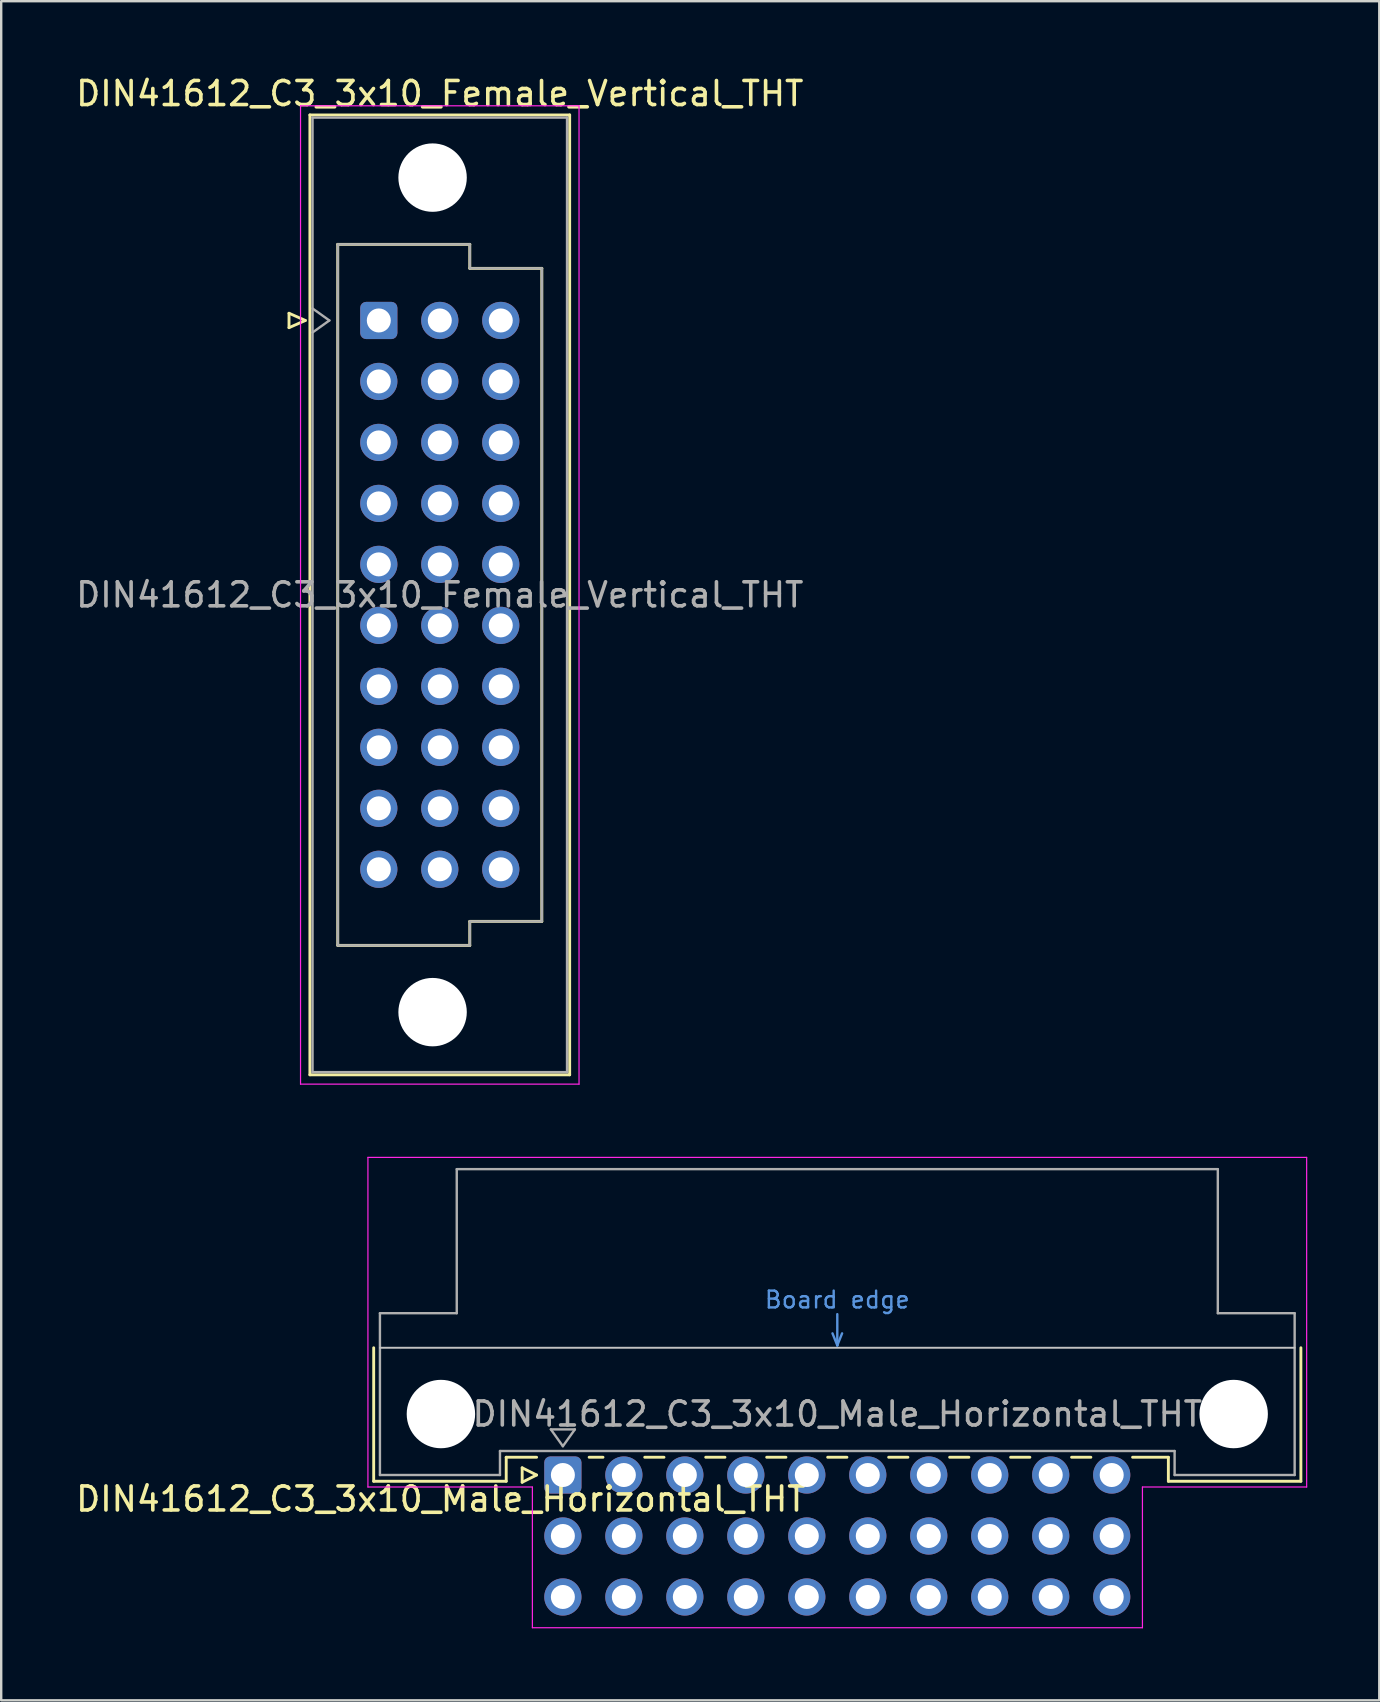
<source format=kicad_pcb>
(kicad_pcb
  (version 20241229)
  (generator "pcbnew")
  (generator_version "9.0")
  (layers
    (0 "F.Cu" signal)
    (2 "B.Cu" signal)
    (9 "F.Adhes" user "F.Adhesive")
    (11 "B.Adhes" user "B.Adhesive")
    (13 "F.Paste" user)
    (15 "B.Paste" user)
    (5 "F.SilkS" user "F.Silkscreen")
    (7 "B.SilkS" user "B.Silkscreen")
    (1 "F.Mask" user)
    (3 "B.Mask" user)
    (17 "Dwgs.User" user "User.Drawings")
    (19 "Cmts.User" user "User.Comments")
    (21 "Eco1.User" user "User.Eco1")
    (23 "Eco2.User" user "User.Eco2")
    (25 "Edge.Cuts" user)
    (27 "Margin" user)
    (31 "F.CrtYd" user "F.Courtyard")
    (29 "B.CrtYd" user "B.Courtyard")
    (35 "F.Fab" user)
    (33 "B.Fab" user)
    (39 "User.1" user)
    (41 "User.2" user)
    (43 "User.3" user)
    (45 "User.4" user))
  (footprint "DIN41612_C3_3x10_Male_Horizontal_THT"
    (layer "F.Cu")
    (at 20.395 58.388)
    (property "Reference" "DIN41612_C3_3x10_Male_Horizontal_THT" (at -5.08 1 0) (layer "F.SilkS") (effects (font (size 1 1) (thickness 0.15))))
    (attr through_hole)
    (fp_line (start -7.88 -5.3) (end -7.88 0.26) (stroke (width 0.12) (type solid)) (layer "F.SilkS"))
    (fp_line (start -7.88 0.26) (end -2.36 0.26) (stroke (width 0.12) (type solid)) (layer "F.SilkS"))
    (fp_line (start -2.361 -0.74) (end -1.095 -0.74) (stroke (width 0.12) (type solid)) (layer "F.SilkS"))
    (fp_line (start -2.36 0.26) (end -2.36 -0.74) (stroke (width 0.12) (type solid)) (layer "F.SilkS"))
    (fp_line (start -1.695 -0.3) (end -1.695 0.3) (stroke (width 0.12) (type solid)) (layer "F.SilkS"))
    (fp_line (start -1.695 0.3) (end -1.095 0) (stroke (width 0.12) (type solid)) (layer "F.SilkS"))
    (fp_line (start -1.095 0) (end -1.695 -0.3) (stroke (width 0.12) (type solid)) (layer "F.SilkS"))
    (fp_line (start 1.095 -0.74) (end 1.671 -0.74) (stroke (width 0.12) (type solid)) (layer "F.SilkS"))
    (fp_line (start 3.41 -0.74) (end 4.211 -0.74) (stroke (width 0.12) (type solid)) (layer "F.SilkS"))
    (fp_line (start 5.95 -0.74) (end 6.751 -0.74) (stroke (width 0.12) (type solid)) (layer "F.SilkS"))
    (fp_line (start 8.49 -0.74) (end 9.291 -0.74) (stroke (width 0.12) (type solid)) (layer "F.SilkS"))
    (fp_line (start 11.03 -0.74) (end 11.831 -0.74) (stroke (width 0.12) (type solid)) (layer "F.SilkS"))
    (fp_line (start 13.57 -0.74) (end 14.371 -0.74) (stroke (width 0.12) (type solid)) (layer "F.SilkS"))
    (fp_line (start 16.11 -0.74) (end 16.911 -0.74) (stroke (width 0.12) (type solid)) (layer "F.SilkS"))
    (fp_line (start 18.65 -0.74) (end 19.451 -0.74) (stroke (width 0.12) (type solid)) (layer "F.SilkS"))
    (fp_line (start 21.19 -0.74) (end 21.991 -0.74) (stroke (width 0.12) (type solid)) (layer "F.SilkS"))
    (fp_line (start 23.73 -0.74) (end 25.22 -0.74) (stroke (width 0.12) (type solid)) (layer "F.SilkS"))
    (fp_line (start 25.22 0.26) (end 25.22 -0.74) (stroke (width 0.12) (type solid)) (layer "F.SilkS"))
    (fp_line (start 30.74 -5.3) (end 30.74 0.26) (stroke (width 0.12) (type solid)) (layer "F.SilkS"))
    (fp_line (start 30.74 0.26) (end 25.22 0.26) (stroke (width 0.12) (type solid)) (layer "F.SilkS"))
    (fp_line (start -7.62 -5.3) (end 30.48 -5.3) (stroke (width 0.08) (type solid)) (layer "Dwgs.User"))
    (fp_line (start 11.23 -5.9) (end 11.43 -5.4) (stroke (width 0.1) (type solid)) (layer "Cmts.User"))
    (fp_line (start 11.43 -5.4) (end 11.43 -6.7) (stroke (width 0.1) (type solid)) (layer "Cmts.User"))
    (fp_line (start 11.43 -5.4) (end 11.63 -5.9) (stroke (width 0.1) (type solid)) (layer "Cmts.User"))
    (fp_line (start -8.12 -13.23) (end -8.12 0.5) (stroke (width 0.05) (type solid)) (layer "F.CrtYd"))
    (fp_line (start -8.12 0.5) (end -1.27 0.5) (stroke (width 0.05) (type solid)) (layer "F.CrtYd"))
    (fp_line (start -1.27 0.5) (end -1.27 6.36) (stroke (width 0.05) (type solid)) (layer "F.CrtYd"))
    (fp_line (start -1.27 6.36) (end 24.14 6.36) (stroke (width 0.05) (type solid)) (layer "F.CrtYd"))
    (fp_line (start 24.14 0.5) (end 30.98 0.5) (stroke (width 0.05) (type solid)) (layer "F.CrtYd"))
    (fp_line (start 24.14 6.36) (end 24.14 0.5) (stroke (width 0.05) (type solid)) (layer "F.CrtYd"))
    (fp_line (start 30.98 -13.23) (end -8.12 -13.23) (stroke (width 0.05) (type solid)) (layer "F.CrtYd"))
    (fp_line (start 30.98 0.5) (end 30.98 -13.23) (stroke (width 0.05) (type solid)) (layer "F.CrtYd"))
    (fp_line (start -7.62 -6.74) (end -7.62 0) (stroke (width 0.1) (type solid)) (layer "F.Fab"))
    (fp_line (start -7.62 0) (end -2.62 0) (stroke (width 0.1) (type solid)) (layer "F.Fab"))
    (fp_line (start -4.42 -12.74) (end -4.42 -6.74) (stroke (width 0.1) (type solid)) (layer "F.Fab"))
    (fp_line (start -4.42 -6.74) (end -7.62 -6.74) (stroke (width 0.1) (type solid)) (layer "F.Fab"))
    (fp_line (start -2.62 -1) (end 25.48 -1) (stroke (width 0.1) (type solid)) (layer "F.Fab"))
    (fp_line (start -2.62 0) (end -2.62 -1) (stroke (width 0.1) (type solid)) (layer "F.Fab"))
    (fp_line (start -0.5 -1.9) (end 0.5 -1.9) (stroke (width 0.1) (type solid)) (layer "F.Fab"))
    (fp_line (start 0 -1.2) (end -0.5 -1.9) (stroke (width 0.1) (type solid)) (layer "F.Fab"))
    (fp_line (start 0.5 -1.9) (end 0 -1.2) (stroke (width 0.1) (type solid)) (layer "F.Fab"))
    (fp_line (start 25.48 -1) (end 25.48 0) (stroke (width 0.1) (type solid)) (layer "F.Fab"))
    (fp_line (start 25.48 0) (end 30.48 0) (stroke (width 0.1) (type solid)) (layer "F.Fab"))
    (fp_line (start 27.28 -12.74) (end -4.42 -12.74) (stroke (width 0.1) (type solid)) (layer "F.Fab"))
    (fp_line (start 27.28 -6.74) (end 27.28 -12.74) (stroke (width 0.1) (type solid)) (layer "F.Fab"))
    (fp_line (start 30.48 -6.74) (end 27.28 -6.74) (stroke (width 0.1) (type solid)) (layer "F.Fab"))
    (fp_line (start 30.48 0) (end 30.48 -6.74) (stroke (width 0.1) (type solid)) (layer "F.Fab"))
    (fp_text user "Board edge" (at 11.43 -7.3 0) (layer "Cmts.User") (effects (font (size 0.7 0.7) (thickness 0.1))))
    (fp_text user "${REFERENCE}" (at 11.43 -2.54 0) (layer "F.Fab") (effects (font (size 1 1) (thickness 0.15))))
    (pad "" np_thru_hole circle (at -5.08 -2.54) (size 2.85 2.85) (drill 2.85) (layers "*.Cu" "*.Mask"))
    (pad "" np_thru_hole circle (at 27.94 -2.54) (size 2.85 2.85) (drill 2.85) (layers "*.Cu" "*.Mask"))
    (pad "a1" thru_hole roundrect (at 0 0) (size 1.55 1.55) (drill 1) (layers "*.Cu" "*.Mask") (roundrect_rratio 0.161))
    (pad "a2" thru_hole circle (at 2.54 0) (size 1.55 1.55) (drill 1) (layers "*.Cu" "*.Mask"))
    (pad "a3" thru_hole circle (at 5.08 0) (size 1.55 1.55) (drill 1) (layers "*.Cu" "*.Mask"))
    (pad "a4" thru_hole circle (at 7.62 0) (size 1.55 1.55) (drill 1) (layers "*.Cu" "*.Mask"))
    (pad "a5" thru_hole circle (at 10.16 0) (size 1.55 1.55) (drill 1) (layers "*.Cu" "*.Mask"))
    (pad "a6" thru_hole circle (at 12.7 0) (size 1.55 1.55) (drill 1) (layers "*.Cu" "*.Mask"))
    (pad "a7" thru_hole circle (at 15.24 0) (size 1.55 1.55) (drill 1) (layers "*.Cu" "*.Mask"))
    (pad "a8" thru_hole circle (at 17.78 0) (size 1.55 1.55) (drill 1) (layers "*.Cu" "*.Mask"))
    (pad "a9" thru_hole circle (at 20.32 0) (size 1.55 1.55) (drill 1) (layers "*.Cu" "*.Mask"))
    (pad "a10" thru_hole circle (at 22.86 0) (size 1.55 1.55) (drill 1) (layers "*.Cu" "*.Mask"))
    (pad "b1" thru_hole circle (at 0 2.54) (size 1.55 1.55) (drill 1) (layers "*.Cu" "*.Mask"))
    (pad "b2" thru_hole circle (at 2.54 2.54) (size 1.55 1.55) (drill 1) (layers "*.Cu" "*.Mask"))
    (pad "b3" thru_hole circle (at 5.08 2.54) (size 1.55 1.55) (drill 1) (layers "*.Cu" "*.Mask"))
    (pad "b4" thru_hole circle (at 7.62 2.54) (size 1.55 1.55) (drill 1) (layers "*.Cu" "*.Mask"))
    (pad "b5" thru_hole circle (at 10.16 2.54) (size 1.55 1.55) (drill 1) (layers "*.Cu" "*.Mask"))
    (pad "b6" thru_hole circle (at 12.7 2.54) (size 1.55 1.55) (drill 1) (layers "*.Cu" "*.Mask"))
    (pad "b7" thru_hole circle (at 15.24 2.54) (size 1.55 1.55) (drill 1) (layers "*.Cu" "*.Mask"))
    (pad "b8" thru_hole circle (at 17.78 2.54) (size 1.55 1.55) (drill 1) (layers "*.Cu" "*.Mask"))
    (pad "b9" thru_hole circle (at 20.32 2.54) (size 1.55 1.55) (drill 1) (layers "*.Cu" "*.Mask"))
    (pad "b10" thru_hole circle (at 22.86 2.54) (size 1.55 1.55) (drill 1) (layers "*.Cu" "*.Mask"))
    (pad "c1" thru_hole circle (at 0 5.08) (size 1.55 1.55) (drill 1) (layers "*.Cu" "*.Mask"))
    (pad "c2" thru_hole circle (at 2.54 5.08) (size 1.55 1.55) (drill 1) (layers "*.Cu" "*.Mask"))
    (pad "c3" thru_hole circle (at 5.08 5.08) (size 1.55 1.55) (drill 1) (layers "*.Cu" "*.Mask"))
    (pad "c4" thru_hole circle (at 7.62 5.08) (size 1.55 1.55) (drill 1) (layers "*.Cu" "*.Mask"))
    (pad "c5" thru_hole circle (at 10.16 5.08) (size 1.55 1.55) (drill 1) (layers "*.Cu" "*.Mask"))
    (pad "c6" thru_hole circle (at 12.7 5.08) (size 1.55 1.55) (drill 1) (layers "*.Cu" "*.Mask"))
    (pad "c7" thru_hole circle (at 15.24 5.08) (size 1.55 1.55) (drill 1) (layers "*.Cu" "*.Mask"))
    (pad "c8" thru_hole circle (at 17.78 5.08) (size 1.55 1.55) (drill 1) (layers "*.Cu" "*.Mask"))
    (pad "c9" thru_hole circle (at 20.32 5.08) (size 1.55 1.55) (drill 1) (layers "*.Cu" "*.Mask"))
    (pad "c10" thru_hole circle (at 22.86 5.08) (size 1.55 1.55) (drill 1) (layers "*.Cu" "*.Mask")))
  (footprint "DIN41612_C3_3x10_Female_Vertical_THT"
    (layer "F.Cu")
    (at 12.728 10.298)
    (property "Reference" "DIN41612_C3_3x10_Female_Vertical_THT" (at 2.54 -9.45 0) (layer "F.SilkS") (effects (font (size 1 1) (thickness 0.15))))
    (attr through_hole)
    (fp_line (start -3.74 -0.3) (end -3.74 0.3) (stroke (width 0.12) (type solid)) (layer "F.SilkS"))
    (fp_line (start -3.74 0.3) (end -3.06 0) (stroke (width 0.12) (type solid)) (layer "F.SilkS"))
    (fp_line (start -3.06 0) (end -3.74 -0.3) (stroke (width 0.12) (type solid)) (layer "F.SilkS"))
    (fp_line (start -2.87 -8.56) (end 7.95 -8.56) (stroke (width 0.12) (type solid)) (layer "F.SilkS"))
    (fp_line (start -2.87 31.42) (end -2.87 -8.56) (stroke (width 0.12) (type solid)) (layer "F.SilkS"))
    (fp_line (start -1.71 -3.17) (end 3.79 -3.17) (stroke (width 0.12) (type solid)) (layer "F.SilkS"))
    (fp_line (start -1.71 26.03) (end -1.71 -3.17) (stroke (width 0.12) (type solid)) (layer "F.SilkS"))
    (fp_line (start 3.79 -3.17) (end 3.79 -2.17) (stroke (width 0.12) (type solid)) (layer "F.SilkS"))
    (fp_line (start 3.79 -2.17) (end 6.79 -2.17) (stroke (width 0.12) (type solid)) (layer "F.SilkS"))
    (fp_line (start 3.79 25.03) (end 3.79 26.03) (stroke (width 0.12) (type solid)) (layer "F.SilkS"))
    (fp_line (start 3.79 26.03) (end -1.71 26.03) (stroke (width 0.12) (type solid)) (layer "F.SilkS"))
    (fp_line (start 6.79 -2.17) (end 6.79 25.03) (stroke (width 0.12) (type solid)) (layer "F.SilkS"))
    (fp_line (start 6.79 25.03) (end 3.79 25.03) (stroke (width 0.12) (type solid)) (layer "F.SilkS"))
    (fp_line (start 7.95 -8.56) (end 7.95 31.42) (stroke (width 0.12) (type solid)) (layer "F.SilkS"))
    (fp_line (start 7.95 31.42) (end -2.87 31.42) (stroke (width 0.12) (type solid)) (layer "F.SilkS"))
    (fp_line (start -3.26 -8.94) (end 8.34 -8.94) (stroke (width 0.05) (type solid)) (layer "F.CrtYd"))
    (fp_line (start -3.26 31.81) (end -3.26 -8.94) (stroke (width 0.05) (type solid)) (layer "F.CrtYd"))
    (fp_line (start 8.34 -8.94) (end 8.34 31.81) (stroke (width 0.05) (type solid)) (layer "F.CrtYd"))
    (fp_line (start 8.34 31.81) (end -3.26 31.81) (stroke (width 0.05) (type solid)) (layer "F.CrtYd"))
    (fp_line (start -2.76 -8.45) (end 7.84 -8.45) (stroke (width 0.1) (type solid)) (layer "F.Fab"))
    (fp_line (start -2.76 -0.5) (end -2.06 0) (stroke (width 0.1) (type solid)) (layer "F.Fab"))
    (fp_line (start -2.76 31.31) (end -2.76 -8.45) (stroke (width 0.1) (type solid)) (layer "F.Fab"))
    (fp_line (start -2.06 0) (end -2.76 0.5) (stroke (width 0.1) (type solid)) (layer "F.Fab"))
    (fp_line (start -1.71 -3.17) (end 3.79 -3.17) (stroke (width 0.1) (type solid)) (layer "F.Fab"))
    (fp_line (start -1.71 26.03) (end -1.71 -3.17) (stroke (width 0.1) (type solid)) (layer "F.Fab"))
    (fp_line (start 3.79 -3.17) (end 3.79 -2.17) (stroke (width 0.1) (type solid)) (layer "F.Fab"))
    (fp_line (start 3.79 -2.17) (end 6.79 -2.17) (stroke (width 0.1) (type solid)) (layer "F.Fab"))
    (fp_line (start 3.79 25.03) (end 3.79 26.03) (stroke (width 0.1) (type solid)) (layer "F.Fab"))
    (fp_line (start 3.79 26.03) (end -1.71 26.03) (stroke (width 0.1) (type solid)) (layer "F.Fab"))
    (fp_line (start 6.79 -2.17) (end 6.79 25.03) (stroke (width 0.1) (type solid)) (layer "F.Fab"))
    (fp_line (start 6.79 25.03) (end 3.79 25.03) (stroke (width 0.1) (type solid)) (layer "F.Fab"))
    (fp_line (start 7.84 -8.45) (end 7.84 31.31) (stroke (width 0.1) (type solid)) (layer "F.Fab"))
    (fp_line (start 7.84 31.31) (end -2.76 31.31) (stroke (width 0.1) (type solid)) (layer "F.Fab"))
    (fp_text user "${REFERENCE}" (at 2.54 11.43 0) (layer "F.Fab") (effects (font (size 1 1) (thickness 0.15))))
    (pad "" np_thru_hole circle (at 2.24 -5.95) (size 2.85 2.85) (drill 2.85) (layers "*.Cu" "*.Mask"))
    (pad "" np_thru_hole circle (at 2.24 28.81) (size 2.85 2.85) (drill 2.85) (layers "*.Cu" "*.Mask"))
    (pad "a1" thru_hole roundrect (at 0 0) (size 1.55 1.55) (drill 1) (layers "*.Cu" "*.Mask") (roundrect_rratio 0.161))
    (pad "a2" thru_hole circle (at 0 2.54) (size 1.55 1.55) (drill 1) (layers "*.Cu" "*.Mask"))
    (pad "a3" thru_hole circle (at 0 5.08) (size 1.55 1.55) (drill 1) (layers "*.Cu" "*.Mask"))
    (pad "a4" thru_hole circle (at 0 7.62) (size 1.55 1.55) (drill 1) (layers "*.Cu" "*.Mask"))
    (pad "a5" thru_hole circle (at 0 10.16) (size 1.55 1.55) (drill 1) (layers "*.Cu" "*.Mask"))
    (pad "a6" thru_hole circle (at 0 12.7) (size 1.55 1.55) (drill 1) (layers "*.Cu" "*.Mask"))
    (pad "a7" thru_hole circle (at 0 15.24) (size 1.55 1.55) (drill 1) (layers "*.Cu" "*.Mask"))
    (pad "a8" thru_hole circle (at 0 17.78) (size 1.55 1.55) (drill 1) (layers "*.Cu" "*.Mask"))
    (pad "a9" thru_hole circle (at 0 20.32) (size 1.55 1.55) (drill 1) (layers "*.Cu" "*.Mask"))
    (pad "a10" thru_hole circle (at 0 22.86) (size 1.55 1.55) (drill 1) (layers "*.Cu" "*.Mask"))
    (pad "b1" thru_hole circle (at 2.54 0) (size 1.55 1.55) (drill 1) (layers "*.Cu" "*.Mask"))
    (pad "b2" thru_hole circle (at 2.54 2.54) (size 1.55 1.55) (drill 1) (layers "*.Cu" "*.Mask"))
    (pad "b3" thru_hole circle (at 2.54 5.08) (size 1.55 1.55) (drill 1) (layers "*.Cu" "*.Mask"))
    (pad "b4" thru_hole circle (at 2.54 7.62) (size 1.55 1.55) (drill 1) (layers "*.Cu" "*.Mask"))
    (pad "b5" thru_hole circle (at 2.54 10.16) (size 1.55 1.55) (drill 1) (layers "*.Cu" "*.Mask"))
    (pad "b6" thru_hole circle (at 2.54 12.7) (size 1.55 1.55) (drill 1) (layers "*.Cu" "*.Mask"))
    (pad "b7" thru_hole circle (at 2.54 15.24) (size 1.55 1.55) (drill 1) (layers "*.Cu" "*.Mask"))
    (pad "b8" thru_hole circle (at 2.54 17.78) (size 1.55 1.55) (drill 1) (layers "*.Cu" "*.Mask"))
    (pad "b9" thru_hole circle (at 2.54 20.32) (size 1.55 1.55) (drill 1) (layers "*.Cu" "*.Mask"))
    (pad "b10" thru_hole circle (at 2.54 22.86) (size 1.55 1.55) (drill 1) (layers "*.Cu" "*.Mask"))
    (pad "c1" thru_hole circle (at 5.08 0) (size 1.55 1.55) (drill 1) (layers "*.Cu" "*.Mask"))
    (pad "c2" thru_hole circle (at 5.08 2.54) (size 1.55 1.55) (drill 1) (layers "*.Cu" "*.Mask"))
    (pad "c3" thru_hole circle (at 5.08 5.08) (size 1.55 1.55) (drill 1) (layers "*.Cu" "*.Mask"))
    (pad "c4" thru_hole circle (at 5.08 7.62) (size 1.55 1.55) (drill 1) (layers "*.Cu" "*.Mask"))
    (pad "c5" thru_hole circle (at 5.08 10.16) (size 1.55 1.55) (drill 1) (layers "*.Cu" "*.Mask"))
    (pad "c6" thru_hole circle (at 5.08 12.7) (size 1.55 1.55) (drill 1) (layers "*.Cu" "*.Mask"))
    (pad "c7" thru_hole circle (at 5.08 15.24) (size 1.55 1.55) (drill 1) (layers "*.Cu" "*.Mask"))
    (pad "c8" thru_hole circle (at 5.08 17.78) (size 1.55 1.55) (drill 1) (layers "*.Cu" "*.Mask"))
    (pad "c9" thru_hole circle (at 5.08 20.32) (size 1.55 1.55) (drill 1) (layers "*.Cu" "*.Mask"))
    (pad "c10" thru_hole circle (at 5.08 22.86) (size 1.55 1.55) (drill 1) (layers "*.Cu" "*.Mask")))
  (gr_rect
    (start -3 -3)
    (end 54.4 67.773)
    (stroke (width 0.1) (type default))
    (fill no)
    (layer "Edge.Cuts")))
</source>
